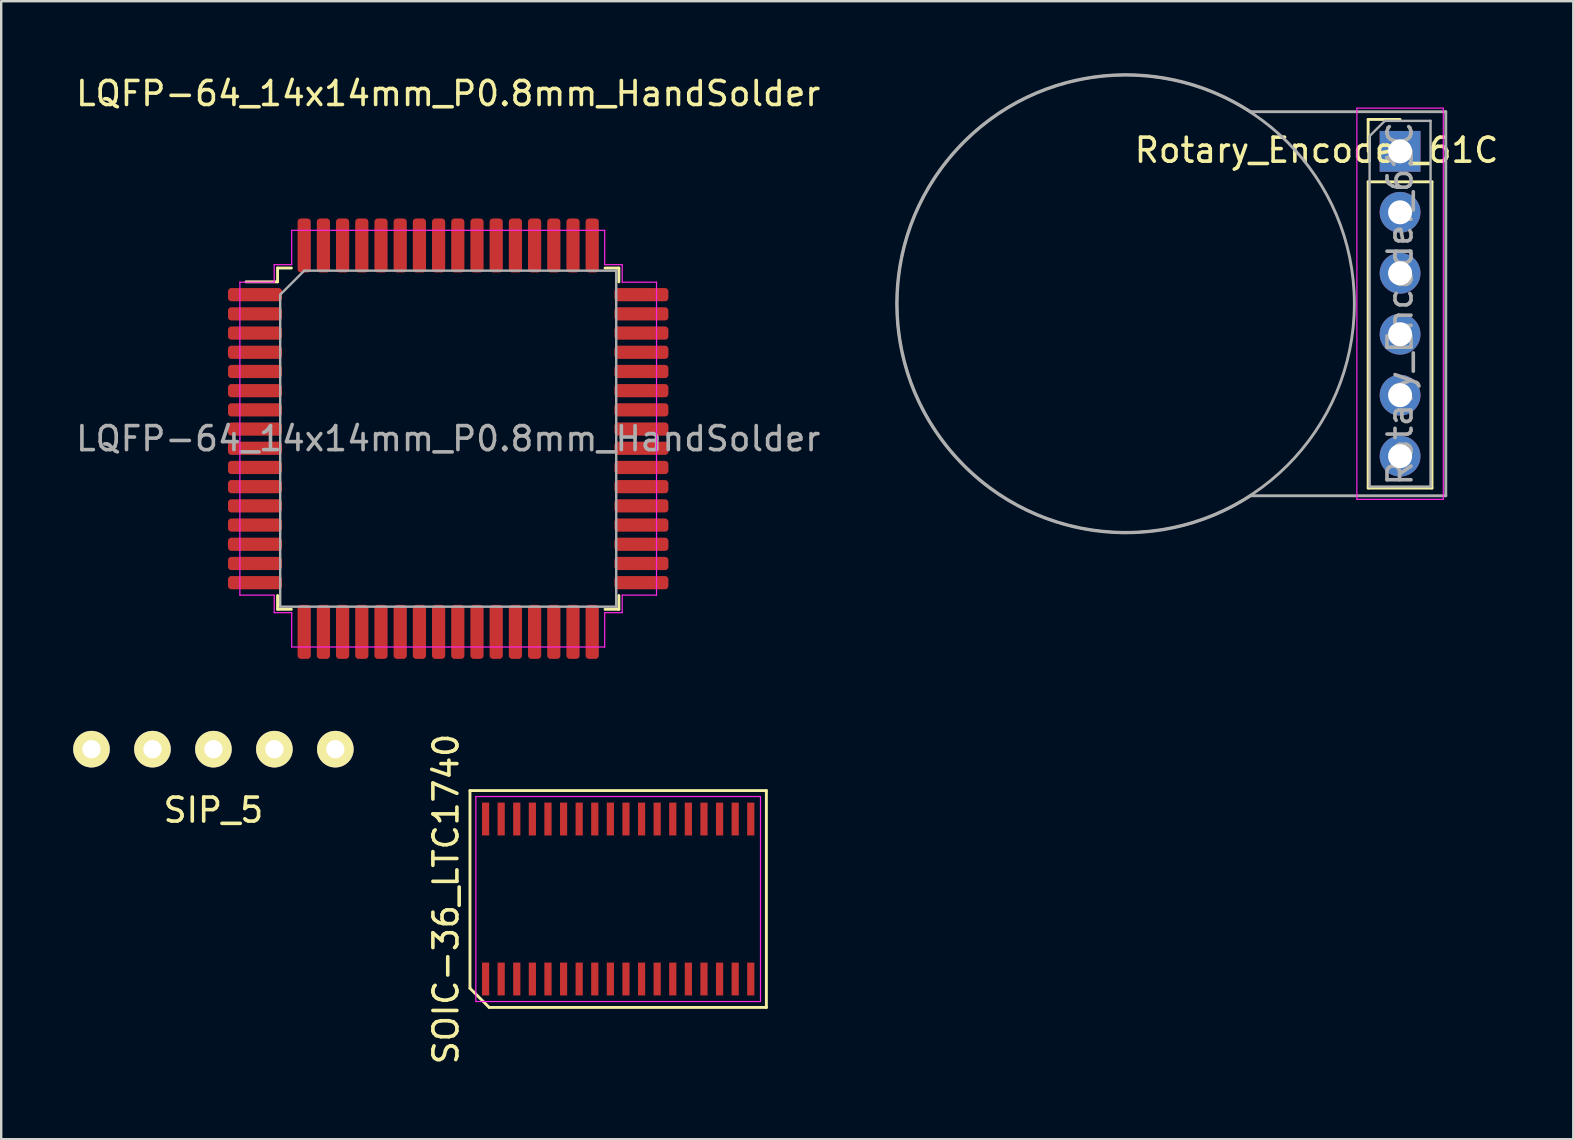
<source format=kicad_pcb>
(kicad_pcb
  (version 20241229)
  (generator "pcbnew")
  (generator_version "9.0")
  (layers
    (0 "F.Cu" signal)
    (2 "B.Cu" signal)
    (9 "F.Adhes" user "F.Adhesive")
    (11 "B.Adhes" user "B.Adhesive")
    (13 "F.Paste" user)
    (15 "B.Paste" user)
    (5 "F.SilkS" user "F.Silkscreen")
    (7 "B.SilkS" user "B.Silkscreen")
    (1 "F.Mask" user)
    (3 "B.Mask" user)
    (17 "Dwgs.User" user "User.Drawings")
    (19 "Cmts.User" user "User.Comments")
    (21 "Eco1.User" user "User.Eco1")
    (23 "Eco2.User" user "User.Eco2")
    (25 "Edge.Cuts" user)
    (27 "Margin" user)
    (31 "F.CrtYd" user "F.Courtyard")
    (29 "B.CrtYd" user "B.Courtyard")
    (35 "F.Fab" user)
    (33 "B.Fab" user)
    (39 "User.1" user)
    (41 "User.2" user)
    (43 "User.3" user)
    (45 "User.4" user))
  (footprint "SOIC-36_LTC1740"
    (layer "F.Cu")
    (at 22.707 34.409)
    (property "Reference" "SOIC-36_LTC1740" (at -7.175 0 90) (layer "F.SilkS") (effects (font (size 1 1) (thickness 0.15))))
    (attr smd)
    (fp_line (start -6.175 -4.518) (end 6.175 -4.518) (stroke (width 0.12) (type solid)) (layer "F.SilkS"))
    (fp_line (start -6.175 3.718) (end -6.175 -4.518) (stroke (width 0.12) (type solid)) (layer "F.SilkS"))
    (fp_line (start -5.375 4.518) (end -6.175 3.718) (stroke (width 0.12) (type solid)) (layer "F.SilkS"))
    (fp_line (start 6.175 -4.518) (end 6.175 4.518) (stroke (width 0.12) (type solid)) (layer "F.SilkS"))
    (fp_line (start 6.175 4.518) (end -5.375 4.518) (stroke (width 0.12) (type solid)) (layer "F.SilkS"))
    (fp_line (start -5.93 -4.27) (end 5.93 -4.27) (stroke (width 0.05) (type solid)) (layer "F.CrtYd"))
    (fp_line (start -5.93 4.27) (end -5.93 -4.27) (stroke (width 0.05) (type solid)) (layer "F.CrtYd"))
    (fp_line (start 5.93 -4.27) (end 5.93 4.27) (stroke (width 0.05) (type solid)) (layer "F.CrtYd"))
    (fp_line (start 5.93 4.27) (end -5.93 4.27) (stroke (width 0.05) (type solid)) (layer "F.CrtYd"))
    (pad "1" smd rect (at -5.525 3.333) (size 0.3 1.37) (layers "F.Cu" "F.Mask" "F.Paste"))
    (pad "2" smd rect (at -4.875 3.333) (size 0.3 1.37) (layers "F.Cu" "F.Mask" "F.Paste"))
    (pad "3" smd rect (at -4.225 3.333) (size 0.3 1.37) (layers "F.Cu" "F.Mask" "F.Paste"))
    (pad "4" smd rect (at -3.575 3.333) (size 0.3 1.37) (layers "F.Cu" "F.Mask" "F.Paste"))
    (pad "5" smd rect (at -2.925 3.333) (size 0.3 1.37) (layers "F.Cu" "F.Mask" "F.Paste"))
    (pad "6" smd rect (at -2.275 3.333) (size 0.3 1.37) (layers "F.Cu" "F.Mask" "F.Paste"))
    (pad "7" smd rect (at -1.625 3.333) (size 0.3 1.37) (layers "F.Cu" "F.Mask" "F.Paste"))
    (pad "8" smd rect (at -0.975 3.333) (size 0.3 1.37) (layers "F.Cu" "F.Mask" "F.Paste"))
    (pad "9" smd rect (at -0.325 3.333) (size 0.3 1.37) (layers "F.Cu" "F.Mask" "F.Paste"))
    (pad "10" smd rect (at 0.325 3.333) (size 0.3 1.37) (layers "F.Cu" "F.Mask" "F.Paste"))
    (pad "11" smd rect (at 0.975 3.333) (size 0.3 1.37) (layers "F.Cu" "F.Mask" "F.Paste"))
    (pad "12" smd rect (at 1.625 3.333) (size 0.3 1.37) (layers "F.Cu" "F.Mask" "F.Paste"))
    (pad "13" smd rect (at 2.275 3.333) (size 0.3 1.37) (layers "F.Cu" "F.Mask" "F.Paste"))
    (pad "14" smd rect (at 2.925 3.333) (size 0.3 1.37) (layers "F.Cu" "F.Mask" "F.Paste"))
    (pad "15" smd rect (at 3.575 3.333) (size 0.3 1.37) (layers "F.Cu" "F.Mask" "F.Paste"))
    (pad "16" smd rect (at 4.225 3.333) (size 0.3 1.37) (layers "F.Cu" "F.Mask" "F.Paste"))
    (pad "17" smd rect (at 4.875 3.333) (size 0.3 1.37) (layers "F.Cu" "F.Mask" "F.Paste"))
    (pad "18" smd rect (at 5.525 3.333) (size 0.3 1.37) (layers "F.Cu" "F.Mask" "F.Paste"))
    (pad "19" smd rect (at 5.525 -3.333) (size 0.3 1.37) (layers "F.Cu" "F.Mask" "F.Paste"))
    (pad "20" smd rect (at 4.875 -3.333) (size 0.3 1.37) (layers "F.Cu" "F.Mask" "F.Paste"))
    (pad "21" smd rect (at 4.225 -3.333) (size 0.3 1.37) (layers "F.Cu" "F.Mask" "F.Paste"))
    (pad "22" smd rect (at 3.575 -3.333) (size 0.3 1.37) (layers "F.Cu" "F.Mask" "F.Paste"))
    (pad "23" smd rect (at 2.925 -3.333) (size 0.3 1.37) (layers "F.Cu" "F.Mask" "F.Paste"))
    (pad "24" smd rect (at 2.275 -3.333) (size 0.3 1.37) (layers "F.Cu" "F.Mask" "F.Paste"))
    (pad "25" smd rect (at 1.625 -3.333) (size 0.3 1.37) (layers "F.Cu" "F.Mask" "F.Paste"))
    (pad "26" smd rect (at 0.975 -3.333) (size 0.3 1.37) (layers "F.Cu" "F.Mask" "F.Paste"))
    (pad "27" smd rect (at 0.325 -3.333) (size 0.3 1.37) (layers "F.Cu" "F.Mask" "F.Paste"))
    (pad "28" smd rect (at -0.325 -3.333) (size 0.3 1.37) (layers "F.Cu" "F.Mask" "F.Paste"))
    (pad "29" smd rect (at -0.975 -3.333) (size 0.3 1.37) (layers "F.Cu" "F.Mask" "F.Paste"))
    (pad "30" smd rect (at -1.625 -3.333) (size 0.3 1.37) (layers "F.Cu" "F.Mask" "F.Paste"))
    (pad "31" smd rect (at -2.275 -3.333) (size 0.3 1.37) (layers "F.Cu" "F.Mask" "F.Paste"))
    (pad "32" smd rect (at -2.925 -3.333) (size 0.3 1.37) (layers "F.Cu" "F.Mask" "F.Paste"))
    (pad "33" smd rect (at -3.575 -3.333) (size 0.3 1.37) (layers "F.Cu" "F.Mask" "F.Paste"))
    (pad "34" smd rect (at -4.225 -3.333) (size 0.3 1.37) (layers "F.Cu" "F.Mask" "F.Paste"))
    (pad "35" smd rect (at -4.875 -3.333) (size 0.3 1.37) (layers "F.Cu" "F.Mask" "F.Paste"))
    (pad "36" smd rect (at -5.525 -3.333) (size 0.3 1.37) (layers "F.Cu" "F.Mask" "F.Paste")))
  (footprint "Rotary_Encoder_61C"
    (layer "F.Cu")
    (at 55.286 3.256)
    (property "Reference" "Rotary_Encoder_61C" (at -3.48 -0.046 180) (layer "F.SilkS") (effects (font (size 1 1) (thickness 0.15))))
    (attr through_hole)
    (fp_line (start -1.33 -1.33) (end 0 -1.33) (stroke (width 0.12) (type solid)) (layer "F.SilkS"))
    (fp_line (start -1.33 0) (end -1.33 -1.33) (stroke (width 0.12) (type solid)) (layer "F.SilkS"))
    (fp_line (start -1.33 1.27) (end -1.33 14.03) (stroke (width 0.12) (type solid)) (layer "F.SilkS"))
    (fp_line (start -1.33 1.27) (end 1.33 1.27) (stroke (width 0.12) (type solid)) (layer "F.SilkS"))
    (fp_line (start -1.33 14.03) (end 1.33 14.03) (stroke (width 0.12) (type solid)) (layer "F.SilkS"))
    (fp_line (start 1.33 1.27) (end 1.33 14.03) (stroke (width 0.12) (type solid)) (layer "F.SilkS"))
    (fp_line (start -1.8 -1.8) (end -1.8 14.5) (stroke (width 0.05) (type solid)) (layer "F.CrtYd"))
    (fp_line (start -1.8 14.5) (end 1.8 14.5) (stroke (width 0.05) (type solid)) (layer "F.CrtYd"))
    (fp_line (start 1.8 -1.8) (end -1.8 -1.8) (stroke (width 0.05) (type solid)) (layer "F.CrtYd"))
    (fp_line (start 1.8 14.5) (end 1.8 -1.8) (stroke (width 0.05) (type solid)) (layer "F.CrtYd"))
    (fp_line (start -1.27 -0.635) (end -0.635 -1.27) (stroke (width 0.1) (type solid)) (layer "F.Fab"))
    (fp_line (start -1.27 13.97) (end -1.27 -0.635) (stroke (width 0.1) (type solid)) (layer "F.Fab"))
    (fp_line (start -0.635 -1.27) (end 1.27 -1.27) (stroke (width 0.1) (type solid)) (layer "F.Fab"))
    (fp_line (start 1.27 -1.27) (end 1.27 13.97) (stroke (width 0.1) (type solid)) (layer "F.Fab"))
    (fp_line (start 1.27 13.97) (end -1.27 13.97) (stroke (width 0.1) (type solid)) (layer "F.Fab"))
    (fp_line (start 1.905 -1.651) (end -6.223 -1.651) (stroke (width 0.12) (type solid)) (layer "F.Fab"))
    (fp_line (start 1.905 14.351) (end -6.223 14.351) (stroke (width 0.12) (type solid)) (layer "F.Fab"))
    (fp_line (start 1.905 14.351) (end 1.905 -1.651) (stroke (width 0.12) (type solid)) (layer "F.Fab"))
    (fp_arc (start -6.224627 14.352057) (mid -20.976142 6.34903) (end -6.223001 -1.650999) (stroke (width 0.12) (type solid)) (layer "F.Fab"))
    (fp_circle (center -11.43 6.35) (end -20.955 6.35) (stroke (width 0.12) (type solid)) (fill no) (layer "F.Fab"))
    (fp_text user "${REFERENCE}" (at 0 6.35 90) (layer "F.Fab") (effects (font (size 1 1) (thickness 0.15))))
    (pad "1" thru_hole rect (at 0 0) (size 1.7 1.7) (drill 1) (layers "*.Cu" "*.Mask"))
    (pad "2" thru_hole oval (at 0 2.54) (size 1.7 1.7) (drill 1) (layers "*.Cu" "*.Mask"))
    (pad "3" thru_hole oval (at 0 5.08) (size 1.7 1.7) (drill 1) (layers "*.Cu" "*.Mask"))
    (pad "4" thru_hole oval (at 0 7.62) (size 1.7 1.7) (drill 1) (layers "*.Cu" "*.Mask"))
    (pad "5" thru_hole oval (at 0 10.16) (size 1.7 1.7) (drill 1) (layers "*.Cu" "*.Mask"))
    (pad "6" thru_hole oval (at 0 12.7) (size 1.7 1.7) (drill 1) (layers "*.Cu" "*.Mask")))
  (footprint "SIP_5"
    (layer "F.Cu")
    (at 0.762 28.165)
    (property "Reference" "SIP_5" (at 5.08 2.54 0) (layer "F.SilkS") (effects (font (size 1 1) (thickness 0.15))))
    (attr through_hole)
    (pad "1" thru_hole circle (at 0 0) (size 1.524 1.524) (drill 0.762) (layers "*.Cu" "*.Mask" "F.SilkS"))
    (pad "2" thru_hole circle (at 2.54 0) (size 1.524 1.524) (drill 0.762) (layers "*.Cu" "*.Mask" "F.SilkS"))
    (pad "3" thru_hole circle (at 5.08 0) (size 1.524 1.524) (drill 0.762) (layers "*.Cu" "*.Mask" "F.SilkS"))
    (pad "4" thru_hole circle (at 7.62 0) (size 1.524 1.524) (drill 0.762) (layers "*.Cu" "*.Mask" "F.SilkS"))
    (pad "5" thru_hole circle (at 10.16 0) (size 1.524 1.524) (drill 0.762) (layers "*.Cu" "*.Mask" "F.SilkS")))
  (footprint "LQFP-64_14x14mm_P0.8mm_HandSolder"
    (layer "F.Cu")
    (at 15.625 15.228)
    (property "Reference" "LQFP-64_14x14mm_P0.8mm_HandSolder" (at 0 -14.38 180) (layer "F.SilkS") (effects (font (size 1 1) (thickness 0.15))))
    (attr smd)
    (fp_line (start -7.11 -7.11) (end -7.11 -6.535) (stroke (width 0.12) (type solid)) (layer "F.SilkS"))
    (fp_line (start -7.11 -6.535) (end -8.425 -6.535) (stroke (width 0.12) (type solid)) (layer "F.SilkS"))
    (fp_line (start -7.11 7.11) (end -7.11 6.535) (stroke (width 0.12) (type solid)) (layer "F.SilkS"))
    (fp_line (start -6.535 -7.11) (end -7.11 -7.11) (stroke (width 0.12) (type solid)) (layer "F.SilkS"))
    (fp_line (start -6.535 7.11) (end -7.11 7.11) (stroke (width 0.12) (type solid)) (layer "F.SilkS"))
    (fp_line (start 6.535 -7.11) (end 7.11 -7.11) (stroke (width 0.12) (type solid)) (layer "F.SilkS"))
    (fp_line (start 6.535 7.11) (end 7.11 7.11) (stroke (width 0.12) (type solid)) (layer "F.SilkS"))
    (fp_line (start 7.11 -7.11) (end 7.11 -6.535) (stroke (width 0.12) (type solid)) (layer "F.SilkS"))
    (fp_line (start 7.11 7.11) (end 7.11 6.535) (stroke (width 0.12) (type solid)) (layer "F.SilkS"))
    (fp_line (start -8.68 -6.52) (end -8.68 0) (stroke (width 0.05) (type solid)) (layer "F.CrtYd"))
    (fp_line (start -8.68 6.52) (end -8.68 0) (stroke (width 0.05) (type solid)) (layer "F.CrtYd"))
    (fp_line (start -7.25 -7.25) (end -7.25 -6.52) (stroke (width 0.05) (type solid)) (layer "F.CrtYd"))
    (fp_line (start -7.25 -6.52) (end -8.68 -6.52) (stroke (width 0.05) (type solid)) (layer "F.CrtYd"))
    (fp_line (start -7.25 6.52) (end -8.68 6.52) (stroke (width 0.05) (type solid)) (layer "F.CrtYd"))
    (fp_line (start -7.25 7.25) (end -7.25 6.52) (stroke (width 0.05) (type solid)) (layer "F.CrtYd"))
    (fp_line (start -6.52 -8.68) (end -6.52 -7.25) (stroke (width 0.05) (type solid)) (layer "F.CrtYd"))
    (fp_line (start -6.52 -7.25) (end -7.25 -7.25) (stroke (width 0.05) (type solid)) (layer "F.CrtYd"))
    (fp_line (start -6.52 7.25) (end -7.25 7.25) (stroke (width 0.05) (type solid)) (layer "F.CrtYd"))
    (fp_line (start -6.52 8.68) (end -6.52 7.25) (stroke (width 0.05) (type solid)) (layer "F.CrtYd"))
    (fp_line (start 0 -8.68) (end -6.52 -8.68) (stroke (width 0.05) (type solid)) (layer "F.CrtYd"))
    (fp_line (start 0 -8.68) (end 6.52 -8.68) (stroke (width 0.05) (type solid)) (layer "F.CrtYd"))
    (fp_line (start 0 8.68) (end -6.52 8.68) (stroke (width 0.05) (type solid)) (layer "F.CrtYd"))
    (fp_line (start 0 8.68) (end 6.52 8.68) (stroke (width 0.05) (type solid)) (layer "F.CrtYd"))
    (fp_line (start 6.52 -8.68) (end 6.52 -7.25) (stroke (width 0.05) (type solid)) (layer "F.CrtYd"))
    (fp_line (start 6.52 -7.25) (end 7.25 -7.25) (stroke (width 0.05) (type solid)) (layer "F.CrtYd"))
    (fp_line (start 6.52 7.25) (end 7.25 7.25) (stroke (width 0.05) (type solid)) (layer "F.CrtYd"))
    (fp_line (start 6.52 8.68) (end 6.52 7.25) (stroke (width 0.05) (type solid)) (layer "F.CrtYd"))
    (fp_line (start 7.25 -7.25) (end 7.25 -6.52) (stroke (width 0.05) (type solid)) (layer "F.CrtYd"))
    (fp_line (start 7.25 -6.52) (end 8.68 -6.52) (stroke (width 0.05) (type solid)) (layer "F.CrtYd"))
    (fp_line (start 7.25 6.52) (end 8.68 6.52) (stroke (width 0.05) (type solid)) (layer "F.CrtYd"))
    (fp_line (start 7.25 7.25) (end 7.25 6.52) (stroke (width 0.05) (type solid)) (layer "F.CrtYd"))
    (fp_line (start 8.68 -6.52) (end 8.68 0) (stroke (width 0.05) (type solid)) (layer "F.CrtYd"))
    (fp_line (start 8.68 6.52) (end 8.68 0) (stroke (width 0.05) (type solid)) (layer "F.CrtYd"))
    (fp_line (start -7 -6) (end -6 -7) (stroke (width 0.1) (type solid)) (layer "F.Fab"))
    (fp_line (start -7 7) (end -7 -6) (stroke (width 0.1) (type solid)) (layer "F.Fab"))
    (fp_line (start -6 -7) (end 7 -7) (stroke (width 0.1) (type solid)) (layer "F.Fab"))
    (fp_line (start 7 -7) (end 7 7) (stroke (width 0.1) (type solid)) (layer "F.Fab"))
    (fp_line (start 7 7) (end -7 7) (stroke (width 0.1) (type solid)) (layer "F.Fab"))
    (fp_text user "${REFERENCE}" (at 0 0 180) (layer "F.Fab") (effects (font (size 1 1) (thickness 0.15))))
    (pad "1" smd roundrect (at -8.05 -6) (size 2.25 0.55) (layers "F.Cu" "F.Mask" "F.Paste") (roundrect_rratio 0.25))
    (pad "2" smd roundrect (at -8.05 -5.2) (size 2.25 0.55) (layers "F.Cu" "F.Mask" "F.Paste") (roundrect_rratio 0.25))
    (pad "3" smd roundrect (at -8.05 -4.4) (size 2.25 0.55) (layers "F.Cu" "F.Mask" "F.Paste") (roundrect_rratio 0.25))
    (pad "4" smd roundrect (at -8.05 -3.6) (size 2.25 0.55) (layers "F.Cu" "F.Mask" "F.Paste") (roundrect_rratio 0.25))
    (pad "5" smd roundrect (at -8.05 -2.8) (size 2.25 0.55) (layers "F.Cu" "F.Mask" "F.Paste") (roundrect_rratio 0.25))
    (pad "6" smd roundrect (at -8.05 -2) (size 2.25 0.55) (layers "F.Cu" "F.Mask" "F.Paste") (roundrect_rratio 0.25))
    (pad "7" smd roundrect (at -8.05 -1.2) (size 2.25 0.55) (layers "F.Cu" "F.Mask" "F.Paste") (roundrect_rratio 0.25))
    (pad "8" smd roundrect (at -8.05 -0.4) (size 2.25 0.55) (layers "F.Cu" "F.Mask" "F.Paste") (roundrect_rratio 0.25))
    (pad "9" smd roundrect (at -8.05 0.4) (size 2.25 0.55) (layers "F.Cu" "F.Mask" "F.Paste") (roundrect_rratio 0.25))
    (pad "10" smd roundrect (at -8.05 1.2) (size 2.25 0.55) (layers "F.Cu" "F.Mask" "F.Paste") (roundrect_rratio 0.25))
    (pad "11" smd roundrect (at -8.05 2) (size 2.25 0.55) (layers "F.Cu" "F.Mask" "F.Paste") (roundrect_rratio 0.25))
    (pad "12" smd roundrect (at -8.05 2.8) (size 2.25 0.55) (layers "F.Cu" "F.Mask" "F.Paste") (roundrect_rratio 0.25))
    (pad "13" smd roundrect (at -8.05 3.6) (size 2.25 0.55) (layers "F.Cu" "F.Mask" "F.Paste") (roundrect_rratio 0.25))
    (pad "14" smd roundrect (at -8.05 4.4) (size 2.25 0.55) (layers "F.Cu" "F.Mask" "F.Paste") (roundrect_rratio 0.25))
    (pad "15" smd roundrect (at -8.05 5.2) (size 2.25 0.55) (layers "F.Cu" "F.Mask" "F.Paste") (roundrect_rratio 0.25))
    (pad "16" smd roundrect (at -8.05 6) (size 2.25 0.55) (layers "F.Cu" "F.Mask" "F.Paste") (roundrect_rratio 0.25))
    (pad "17" smd roundrect (at -6 8.05) (size 0.55 2.25) (layers "F.Cu" "F.Mask" "F.Paste") (roundrect_rratio 0.25))
    (pad "18" smd roundrect (at -5.2 8.05) (size 0.55 2.25) (layers "F.Cu" "F.Mask" "F.Paste") (roundrect_rratio 0.25))
    (pad "19" smd roundrect (at -4.4 8.05) (size 0.55 2.25) (layers "F.Cu" "F.Mask" "F.Paste") (roundrect_rratio 0.25))
    (pad "20" smd roundrect (at -3.6 8.05) (size 0.55 2.25) (layers "F.Cu" "F.Mask" "F.Paste") (roundrect_rratio 0.25))
    (pad "21" smd roundrect (at -2.8 8.05) (size 0.55 2.25) (layers "F.Cu" "F.Mask" "F.Paste") (roundrect_rratio 0.25))
    (pad "22" smd roundrect (at -2 8.05) (size 0.55 2.25) (layers "F.Cu" "F.Mask" "F.Paste") (roundrect_rratio 0.25))
    (pad "23" smd roundrect (at -1.2 8.05) (size 0.55 2.25) (layers "F.Cu" "F.Mask" "F.Paste") (roundrect_rratio 0.25))
    (pad "24" smd roundrect (at -0.4 8.05) (size 0.55 2.25) (layers "F.Cu" "F.Mask" "F.Paste") (roundrect_rratio 0.25))
    (pad "25" smd roundrect (at 0.4 8.05) (size 0.55 2.25) (layers "F.Cu" "F.Mask" "F.Paste") (roundrect_rratio 0.25))
    (pad "26" smd roundrect (at 1.2 8.05) (size 0.55 2.25) (layers "F.Cu" "F.Mask" "F.Paste") (roundrect_rratio 0.25))
    (pad "27" smd roundrect (at 2 8.05) (size 0.55 2.25) (layers "F.Cu" "F.Mask" "F.Paste") (roundrect_rratio 0.25))
    (pad "28" smd roundrect (at 2.8 8.05) (size 0.55 2.25) (layers "F.Cu" "F.Mask" "F.Paste") (roundrect_rratio 0.25))
    (pad "29" smd roundrect (at 3.6 8.05) (size 0.55 2.25) (layers "F.Cu" "F.Mask" "F.Paste") (roundrect_rratio 0.25))
    (pad "30" smd roundrect (at 4.4 8.05) (size 0.55 2.25) (layers "F.Cu" "F.Mask" "F.Paste") (roundrect_rratio 0.25))
    (pad "31" smd roundrect (at 5.2 8.05) (size 0.55 2.25) (layers "F.Cu" "F.Mask" "F.Paste") (roundrect_rratio 0.25))
    (pad "32" smd roundrect (at 6 8.05) (size 0.55 2.25) (layers "F.Cu" "F.Mask" "F.Paste") (roundrect_rratio 0.25))
    (pad "33" smd roundrect (at 8.05 6) (size 2.25 0.55) (layers "F.Cu" "F.Mask" "F.Paste") (roundrect_rratio 0.25))
    (pad "34" smd roundrect (at 8.05 5.2) (size 2.25 0.55) (layers "F.Cu" "F.Mask" "F.Paste") (roundrect_rratio 0.25))
    (pad "35" smd roundrect (at 8.05 4.4) (size 2.25 0.55) (layers "F.Cu" "F.Mask" "F.Paste") (roundrect_rratio 0.25))
    (pad "36" smd roundrect (at 8.05 3.6) (size 2.25 0.55) (layers "F.Cu" "F.Mask" "F.Paste") (roundrect_rratio 0.25))
    (pad "37" smd roundrect (at 8.05 2.8) (size 2.25 0.55) (layers "F.Cu" "F.Mask" "F.Paste") (roundrect_rratio 0.25))
    (pad "38" smd roundrect (at 8.05 2) (size 2.25 0.55) (layers "F.Cu" "F.Mask" "F.Paste") (roundrect_rratio 0.25))
    (pad "39" smd roundrect (at 8.05 1.2) (size 2.25 0.55) (layers "F.Cu" "F.Mask" "F.Paste") (roundrect_rratio 0.25))
    (pad "40" smd roundrect (at 8.05 0.4) (size 2.25 0.55) (layers "F.Cu" "F.Mask" "F.Paste") (roundrect_rratio 0.25))
    (pad "41" smd roundrect (at 8.05 -0.4) (size 2.25 0.55) (layers "F.Cu" "F.Mask" "F.Paste") (roundrect_rratio 0.25))
    (pad "42" smd roundrect (at 8.05 -1.2) (size 2.25 0.55) (layers "F.Cu" "F.Mask" "F.Paste") (roundrect_rratio 0.25))
    (pad "43" smd roundrect (at 8.05 -2) (size 2.25 0.55) (layers "F.Cu" "F.Mask" "F.Paste") (roundrect_rratio 0.25))
    (pad "44" smd roundrect (at 8.05 -2.8) (size 2.25 0.55) (layers "F.Cu" "F.Mask" "F.Paste") (roundrect_rratio 0.25))
    (pad "45" smd roundrect (at 8.05 -3.6) (size 2.25 0.55) (layers "F.Cu" "F.Mask" "F.Paste") (roundrect_rratio 0.25))
    (pad "46" smd roundrect (at 8.05 -4.4) (size 2.25 0.55) (layers "F.Cu" "F.Mask" "F.Paste") (roundrect_rratio 0.25))
    (pad "47" smd roundrect (at 8.05 -5.2) (size 2.25 0.55) (layers "F.Cu" "F.Mask" "F.Paste") (roundrect_rratio 0.25))
    (pad "48" smd roundrect (at 8.05 -6) (size 2.25 0.55) (layers "F.Cu" "F.Mask" "F.Paste") (roundrect_rratio 0.25))
    (pad "49" smd roundrect (at 6 -8.05) (size 0.55 2.25) (layers "F.Cu" "F.Mask" "F.Paste") (roundrect_rratio 0.25))
    (pad "50" smd roundrect (at 5.2 -8.05) (size 0.55 2.25) (layers "F.Cu" "F.Mask" "F.Paste") (roundrect_rratio 0.25))
    (pad "51" smd roundrect (at 4.4 -8.05) (size 0.55 2.25) (layers "F.Cu" "F.Mask" "F.Paste") (roundrect_rratio 0.25))
    (pad "52" smd roundrect (at 3.6 -8.05) (size 0.55 2.25) (layers "F.Cu" "F.Mask" "F.Paste") (roundrect_rratio 0.25))
    (pad "53" smd roundrect (at 2.8 -8.05) (size 0.55 2.25) (layers "F.Cu" "F.Mask" "F.Paste") (roundrect_rratio 0.25))
    (pad "54" smd roundrect (at 2 -8.05) (size 0.55 2.25) (layers "F.Cu" "F.Mask" "F.Paste") (roundrect_rratio 0.25))
    (pad "55" smd roundrect (at 1.2 -8.05) (size 0.55 2.25) (layers "F.Cu" "F.Mask" "F.Paste") (roundrect_rratio 0.25))
    (pad "56" smd roundrect (at 0.4 -8.05) (size 0.55 2.25) (layers "F.Cu" "F.Mask" "F.Paste") (roundrect_rratio 0.25))
    (pad "57" smd roundrect (at -0.4 -8.05) (size 0.55 2.25) (layers "F.Cu" "F.Mask" "F.Paste") (roundrect_rratio 0.25))
    (pad "58" smd roundrect (at -1.2 -8.05) (size 0.55 2.25) (layers "F.Cu" "F.Mask" "F.Paste") (roundrect_rratio 0.25))
    (pad "59" smd roundrect (at -2 -8.05) (size 0.55 2.25) (layers "F.Cu" "F.Mask" "F.Paste") (roundrect_rratio 0.25))
    (pad "60" smd roundrect (at -2.8 -8.05) (size 0.55 2.25) (layers "F.Cu" "F.Mask" "F.Paste") (roundrect_rratio 0.25))
    (pad "61" smd roundrect (at -3.6 -8.05) (size 0.55 2.25) (layers "F.Cu" "F.Mask" "F.Paste") (roundrect_rratio 0.25))
    (pad "62" smd roundrect (at -4.4 -8.05) (size 0.55 2.25) (layers "F.Cu" "F.Mask" "F.Paste") (roundrect_rratio 0.25))
    (pad "63" smd roundrect (at -5.2 -8.05) (size 0.55 2.25) (layers "F.Cu" "F.Mask" "F.Paste") (roundrect_rratio 0.25))
    (pad "64" smd roundrect (at -6 -8.05) (size 0.55 2.25) (layers "F.Cu" "F.Mask" "F.Paste") (roundrect_rratio 0.25)))
  (gr_rect
    (start -3 -3)
    (end 62.502 44.415)
    (stroke (width 0.1) (type default))
    (fill no)
    (layer "Edge.Cuts")))
</source>
